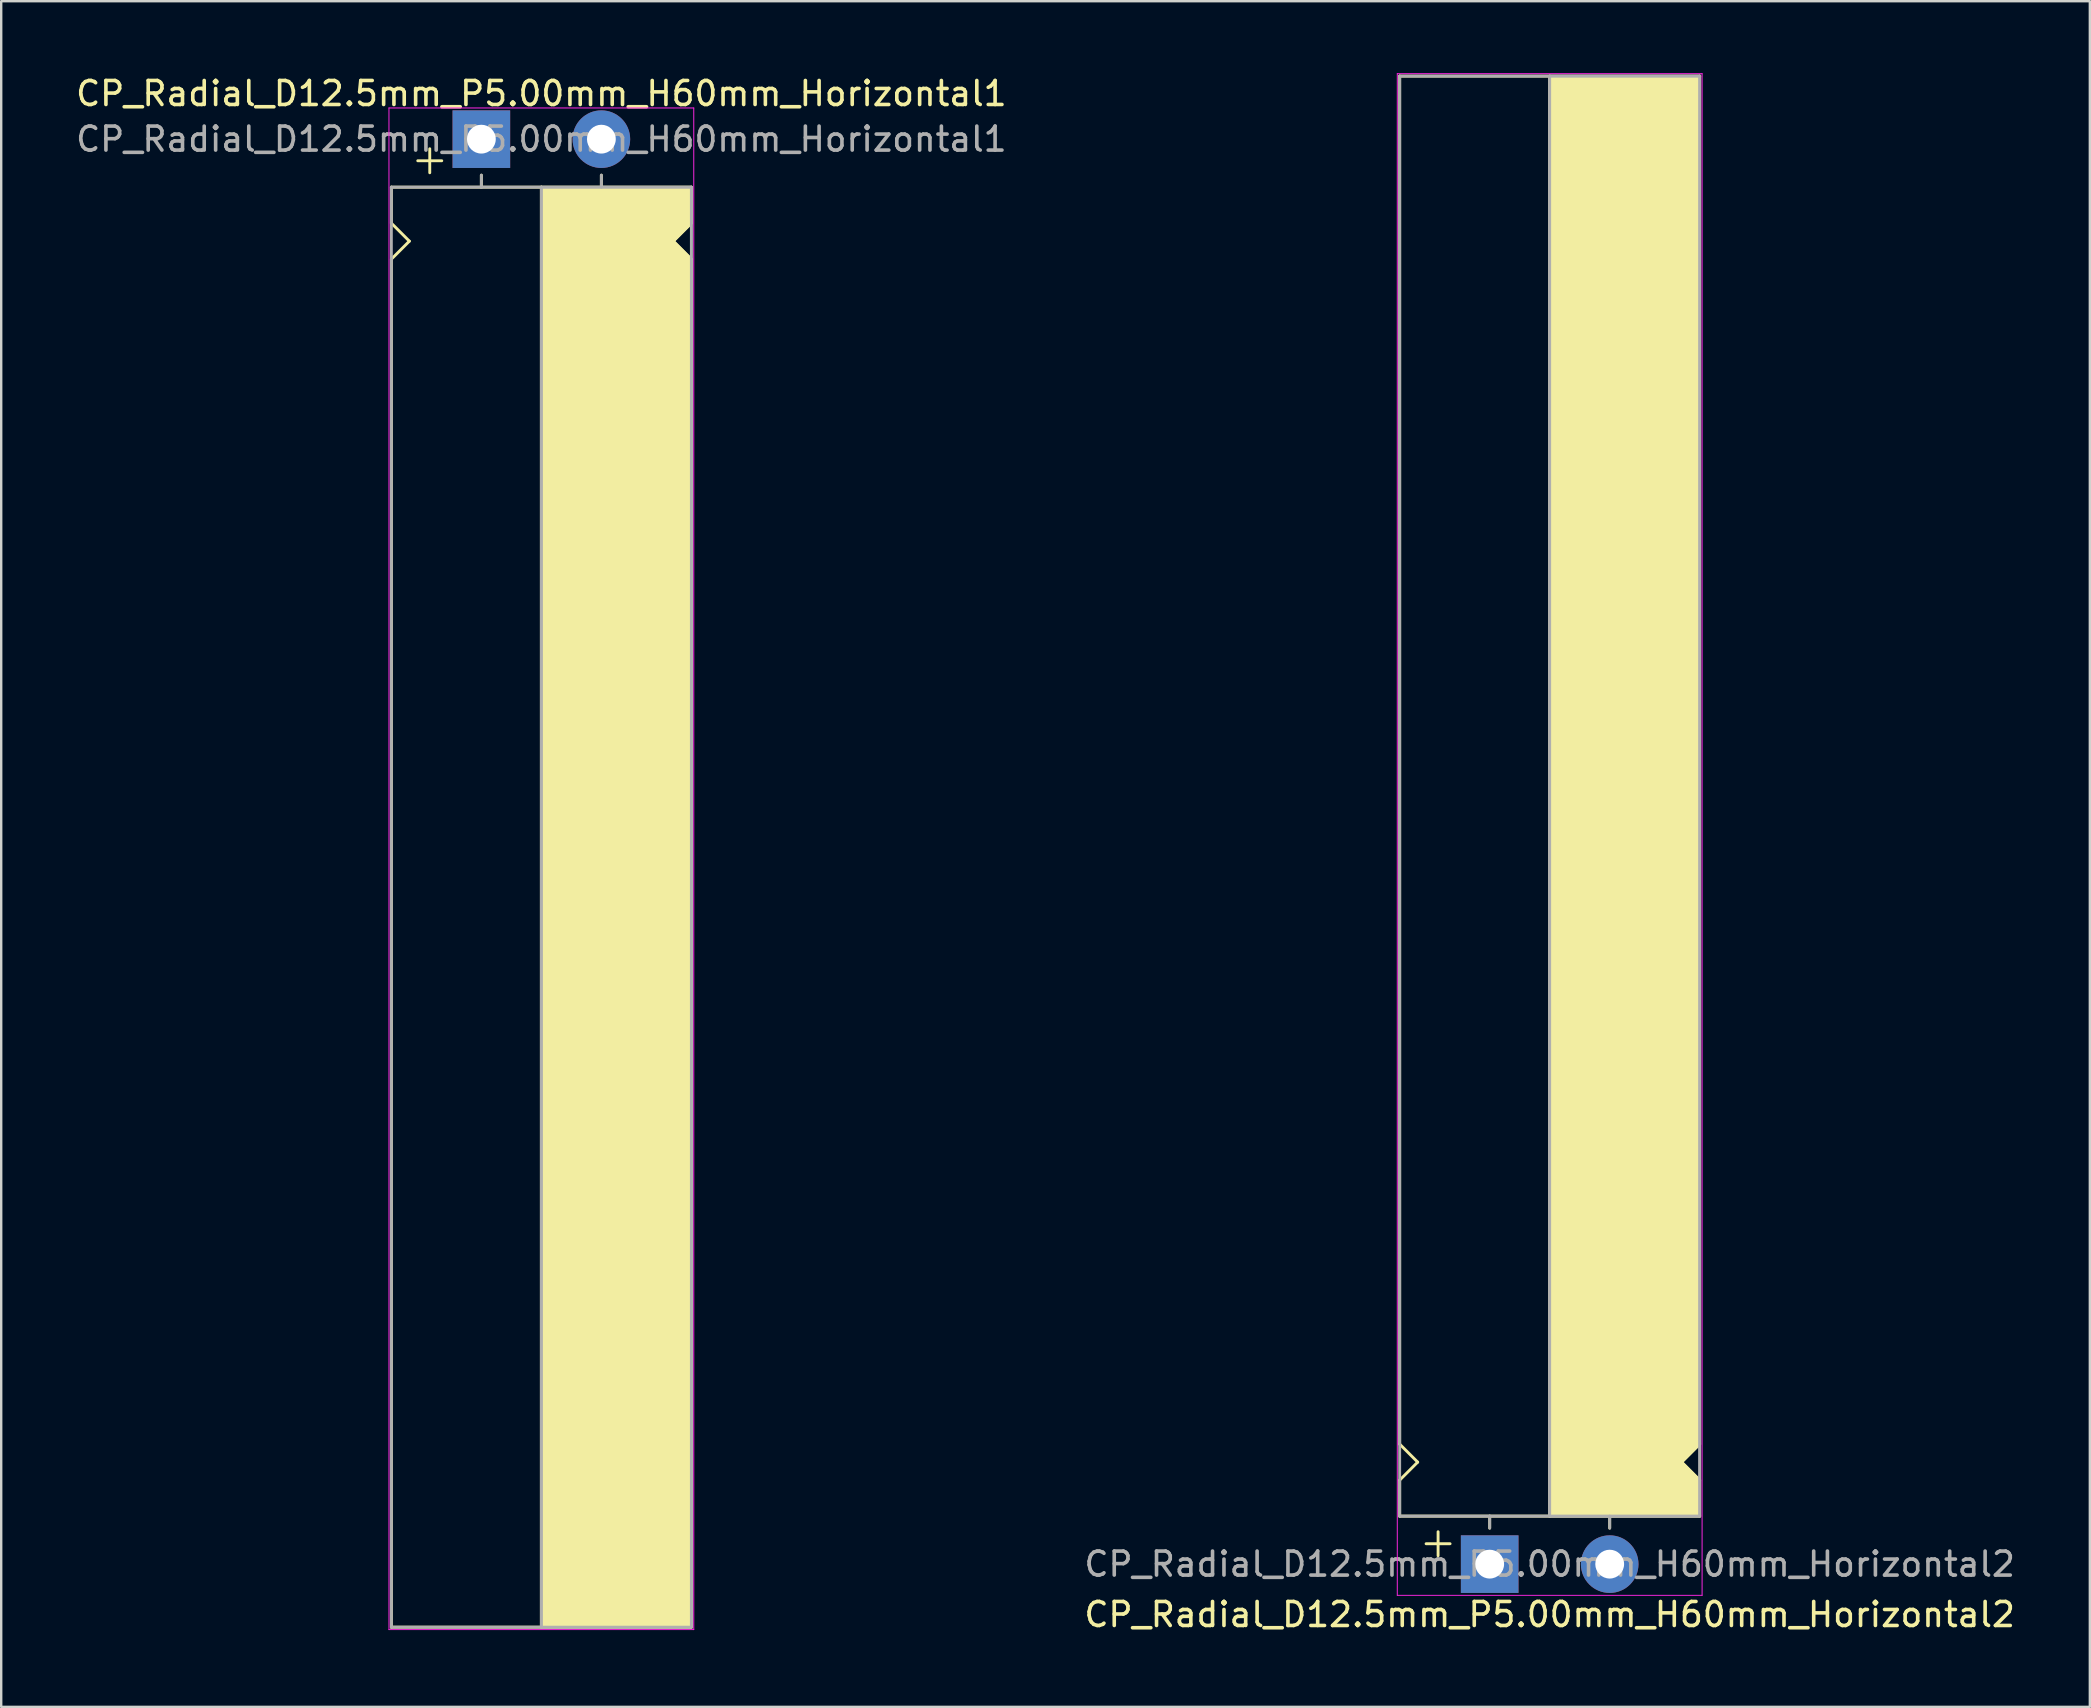
<source format=kicad_pcb>
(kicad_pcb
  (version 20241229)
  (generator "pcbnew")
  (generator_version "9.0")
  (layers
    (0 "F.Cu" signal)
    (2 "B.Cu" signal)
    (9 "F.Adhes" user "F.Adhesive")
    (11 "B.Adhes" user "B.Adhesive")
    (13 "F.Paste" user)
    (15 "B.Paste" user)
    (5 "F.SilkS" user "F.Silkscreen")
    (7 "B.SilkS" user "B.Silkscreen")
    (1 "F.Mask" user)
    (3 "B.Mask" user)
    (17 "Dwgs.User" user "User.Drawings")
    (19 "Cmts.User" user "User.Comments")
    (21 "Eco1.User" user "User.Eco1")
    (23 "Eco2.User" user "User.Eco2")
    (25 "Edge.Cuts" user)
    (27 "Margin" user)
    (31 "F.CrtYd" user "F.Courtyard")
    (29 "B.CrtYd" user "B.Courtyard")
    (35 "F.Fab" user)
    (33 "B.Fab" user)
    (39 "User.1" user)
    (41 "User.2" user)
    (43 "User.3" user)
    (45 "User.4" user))
  (footprint "CP_Radial_D12.5mm_P5.00mm_H60mm_Horizontal2"
    (layer "F.Cu")
    (at 59.018 62.12)
    (property "Reference" "CP_Radial_D12.5mm_P5.00mm_H60mm_Horizontal2" (at 2.5 2.1 180) (layer "F.SilkS") (effects (font (size 1 1) (thickness 0.15))))
    (attr through_hole)
    (fp_line (start -3.75 -5) (end -3.75 -62) (stroke (width 0.12) (type solid)) (layer "F.SilkS"))
    (fp_line (start -3.75 -3.5) (end -3 -4.25) (stroke (width 0.12) (type solid)) (layer "F.SilkS"))
    (fp_line (start -3.75 -2) (end -3.75 -3.5) (stroke (width 0.12) (type solid)) (layer "F.SilkS"))
    (fp_line (start -3 -4.25) (end -3.75 -5) (stroke (width 0.12) (type solid)) (layer "F.SilkS"))
    (fp_line (start -2.15 -1.35) (end -2.15 -0.35) (stroke (width 0.12) (type solid)) (layer "F.SilkS"))
    (fp_line (start -1.65 -0.85) (end -2.65 -0.85) (stroke (width 0.12) (type solid)) (layer "F.SilkS"))
    (fp_line (start 0 -1.5) (end 0 -2) (stroke (width 0.12) (type solid)) (layer "F.SilkS"))
    (fp_line (start 2.5 -2) (end -3.75 -2) (stroke (width 0.12) (type solid)) (layer "F.SilkS"))
    (fp_line (start 2.5 -2) (end 2.5 -62) (stroke (width 0.12) (type solid)) (layer "F.SilkS"))
    (fp_line (start 2.5 -2) (end 8.75 -2) (stroke (width 0.12) (type solid)) (layer "F.SilkS"))
    (fp_line (start 5 -1.5) (end 5 -2) (stroke (width 0.12) (type solid)) (layer "F.SilkS"))
    (fp_line (start 8 -4.25) (end 8.75 -5) (stroke (width 0.12) (type solid)) (layer "F.SilkS"))
    (fp_line (start 8.75 -62) (end -3.75 -62) (stroke (width 0.12) (type solid)) (layer "F.SilkS"))
    (fp_line (start 8.75 -5) (end 8.75 -62) (stroke (width 0.12) (type solid)) (layer "F.SilkS"))
    (fp_line (start 8.75 -3.5) (end 8 -4.25) (stroke (width 0.12) (type solid)) (layer "F.SilkS"))
    (fp_line (start 8.75 -2) (end 8.75 -3.5) (stroke (width 0.12) (type solid)) (layer "F.SilkS"))
    (fp_poly (pts (xy 8.75 -3.5) (xy 8 -4.25) (xy 8.75 -5) (xy 8.75 -62) (xy 2.5 -62) (xy 2.5 -2) (xy 8.75 -2)) (stroke (width 0.1) (type solid)) (fill yes) (layer "F.SilkS"))
    (fp_line (start -3.85 -62.1) (end -3.85 1.3) (stroke (width 0.04) (type solid)) (layer "F.CrtYd"))
    (fp_line (start 8.85 -62.1) (end -3.85 -62.1) (stroke (width 0.04) (type solid)) (layer "F.CrtYd"))
    (fp_line (start 8.85 1.3) (end -3.85 1.3) (stroke (width 0.04) (type solid)) (layer "F.CrtYd"))
    (fp_line (start 8.85 1.3) (end 8.85 -62.1) (stroke (width 0.04) (type solid)) (layer "F.CrtYd"))
    (fp_line (start -3.75 -62) (end 8.75 -62) (stroke (width 0.12) (type solid)) (layer "F.Fab"))
    (fp_line (start -3.75 -2) (end -3.75 -62) (stroke (width 0.12) (type solid)) (layer "F.Fab"))
    (fp_line (start 0 -2) (end -3.75 -2) (stroke (width 0.12) (type solid)) (layer "F.Fab"))
    (fp_line (start 0 -1.5) (end 0 -2) (stroke (width 0.12) (type solid)) (layer "F.Fab"))
    (fp_line (start 2.5 -2) (end 2.5 -62) (stroke (width 0.12) (type solid)) (layer "F.Fab"))
    (fp_line (start 5 -2) (end 5 -1.5) (stroke (width 0.12) (type solid)) (layer "F.Fab"))
    (fp_line (start 8.75 -62) (end 8.75 -2) (stroke (width 0.12) (type solid)) (layer "F.Fab"))
    (fp_line (start 8.75 -2) (end 0 -2) (stroke (width 0.12) (type solid)) (layer "F.Fab"))
    (fp_poly (pts (xy 8.75 -62) (xy 2.5 -62) (xy 2.5 -2) (xy 8.75 -2)) (stroke (width 0.1) (type solid)) (fill no) (layer "F.Fab"))
    (fp_text user "${REFERENCE}" (at 2.5 0 0) (layer "F.Fab") (effects (font (size 1 1) (thickness 0.15))))
    (pad "1" thru_hole rect (at 0 0) (size 2.4 2.4) (drill 1.2) (layers "*.Cu" "*.Mask"))
    (pad "2" thru_hole circle (at 5 0) (size 2.4 2.4) (drill 1.2) (layers "*.Cu" "*.Mask")))
  (footprint "CP_Radial_D12.5mm_P5.00mm_H60mm_Horizontal1"
    (layer "F.Cu")
    (at 17.006 2.748)
    (property "Reference" "CP_Radial_D12.5mm_P5.00mm_H60mm_Horizontal1" (at 2.5 -1.9 180) (layer "F.SilkS") (effects (font (size 1 1) (thickness 0.15))))
    (attr through_hole)
    (fp_line (start -3.75 2) (end -3.75 3.5) (stroke (width 0.12) (type solid)) (layer "F.SilkS"))
    (fp_line (start -3.75 3.5) (end -3 4.25) (stroke (width 0.12) (type solid)) (layer "F.SilkS"))
    (fp_line (start -3.75 5) (end -3.75 62) (stroke (width 0.12) (type solid)) (layer "F.SilkS"))
    (fp_line (start -3 4.25) (end -3.75 5) (stroke (width 0.12) (type solid)) (layer "F.SilkS"))
    (fp_line (start -2.15 0.4) (end -2.15 1.4) (stroke (width 0.12) (type solid)) (layer "F.SilkS"))
    (fp_line (start -1.65 0.9) (end -2.65 0.9) (stroke (width 0.12) (type solid)) (layer "F.SilkS"))
    (fp_line (start 0 1.5) (end 0 2) (stroke (width 0.12) (type solid)) (layer "F.SilkS"))
    (fp_line (start 2.5 2) (end -3.75 2) (stroke (width 0.12) (type solid)) (layer "F.SilkS"))
    (fp_line (start 2.5 2) (end 2.5 62) (stroke (width 0.12) (type solid)) (layer "F.SilkS"))
    (fp_line (start 2.5 2) (end 8.75 2) (stroke (width 0.12) (type solid)) (layer "F.SilkS"))
    (fp_line (start 5 1.5) (end 5 2) (stroke (width 0.12) (type solid)) (layer "F.SilkS"))
    (fp_line (start 8 4.25) (end 8.75 5) (stroke (width 0.12) (type solid)) (layer "F.SilkS"))
    (fp_line (start 8.75 2) (end 8.75 3.5) (stroke (width 0.12) (type solid)) (layer "F.SilkS"))
    (fp_line (start 8.75 3.5) (end 8 4.25) (stroke (width 0.12) (type solid)) (layer "F.SilkS"))
    (fp_line (start 8.75 5) (end 8.75 62) (stroke (width 0.12) (type solid)) (layer "F.SilkS"))
    (fp_line (start 8.75 62) (end -3.75 62) (stroke (width 0.12) (type solid)) (layer "F.SilkS"))
    (fp_poly (pts (xy 8.75 3.5) (xy 8 4.25) (xy 8.75 5) (xy 8.75 62) (xy 2.5 62) (xy 2.5 2) (xy 8.75 2)) (stroke (width 0.1) (type solid)) (fill yes) (layer "F.SilkS"))
    (fp_line (start -3.85 -1.3) (end 8.85 -1.3) (stroke (width 0.04) (type solid)) (layer "F.CrtYd"))
    (fp_line (start -3.85 62.1) (end -3.85 -1.3) (stroke (width 0.04) (type solid)) (layer "F.CrtYd"))
    (fp_line (start 8.85 -1.3) (end 8.85 62.1) (stroke (width 0.04) (type solid)) (layer "F.CrtYd"))
    (fp_line (start 8.85 62.1) (end -3.85 62.1) (stroke (width 0.04) (type solid)) (layer "F.CrtYd"))
    (fp_line (start -3.75 2) (end -3.75 62) (stroke (width 0.12) (type solid)) (layer "F.Fab"))
    (fp_line (start -3.75 62) (end 8.75 62) (stroke (width 0.12) (type solid)) (layer "F.Fab"))
    (fp_line (start 0 1.5) (end 0 2) (stroke (width 0.12) (type solid)) (layer "F.Fab"))
    (fp_line (start 0 2) (end -3.75 2) (stroke (width 0.12) (type solid)) (layer "F.Fab"))
    (fp_line (start 2.5 2) (end 2.5 62) (stroke (width 0.12) (type solid)) (layer "F.Fab"))
    (fp_line (start 5 2) (end 5 1.5) (stroke (width 0.12) (type solid)) (layer "F.Fab"))
    (fp_line (start 8.75 2) (end 0 2) (stroke (width 0.12) (type solid)) (layer "F.Fab"))
    (fp_line (start 8.75 62) (end 8.75 2) (stroke (width 0.12) (type solid)) (layer "F.Fab"))
    (fp_poly (pts (xy 8.75 62) (xy 2.5 62) (xy 2.5 2) (xy 8.75 2)) (stroke (width 0.1) (type solid)) (fill no) (layer "F.Fab"))
    (fp_text user "${REFERENCE}" (at 2.5 0 0) (layer "F.Fab") (effects (font (size 1 1) (thickness 0.15))))
    (pad "1" thru_hole rect (at 0 0) (size 2.4 2.4) (drill 1.2) (layers "*.Cu" "*.Mask"))
    (pad "2" thru_hole circle (at 5 0) (size 2.4 2.4) (drill 1.2) (layers "*.Cu" "*.Mask")))
  (gr_rect
    (start -3 -3)
    (end 84.024 68.068)
    (stroke (width 0.1) (type default))
    (fill no)
    (layer "Edge.Cuts")))
</source>
